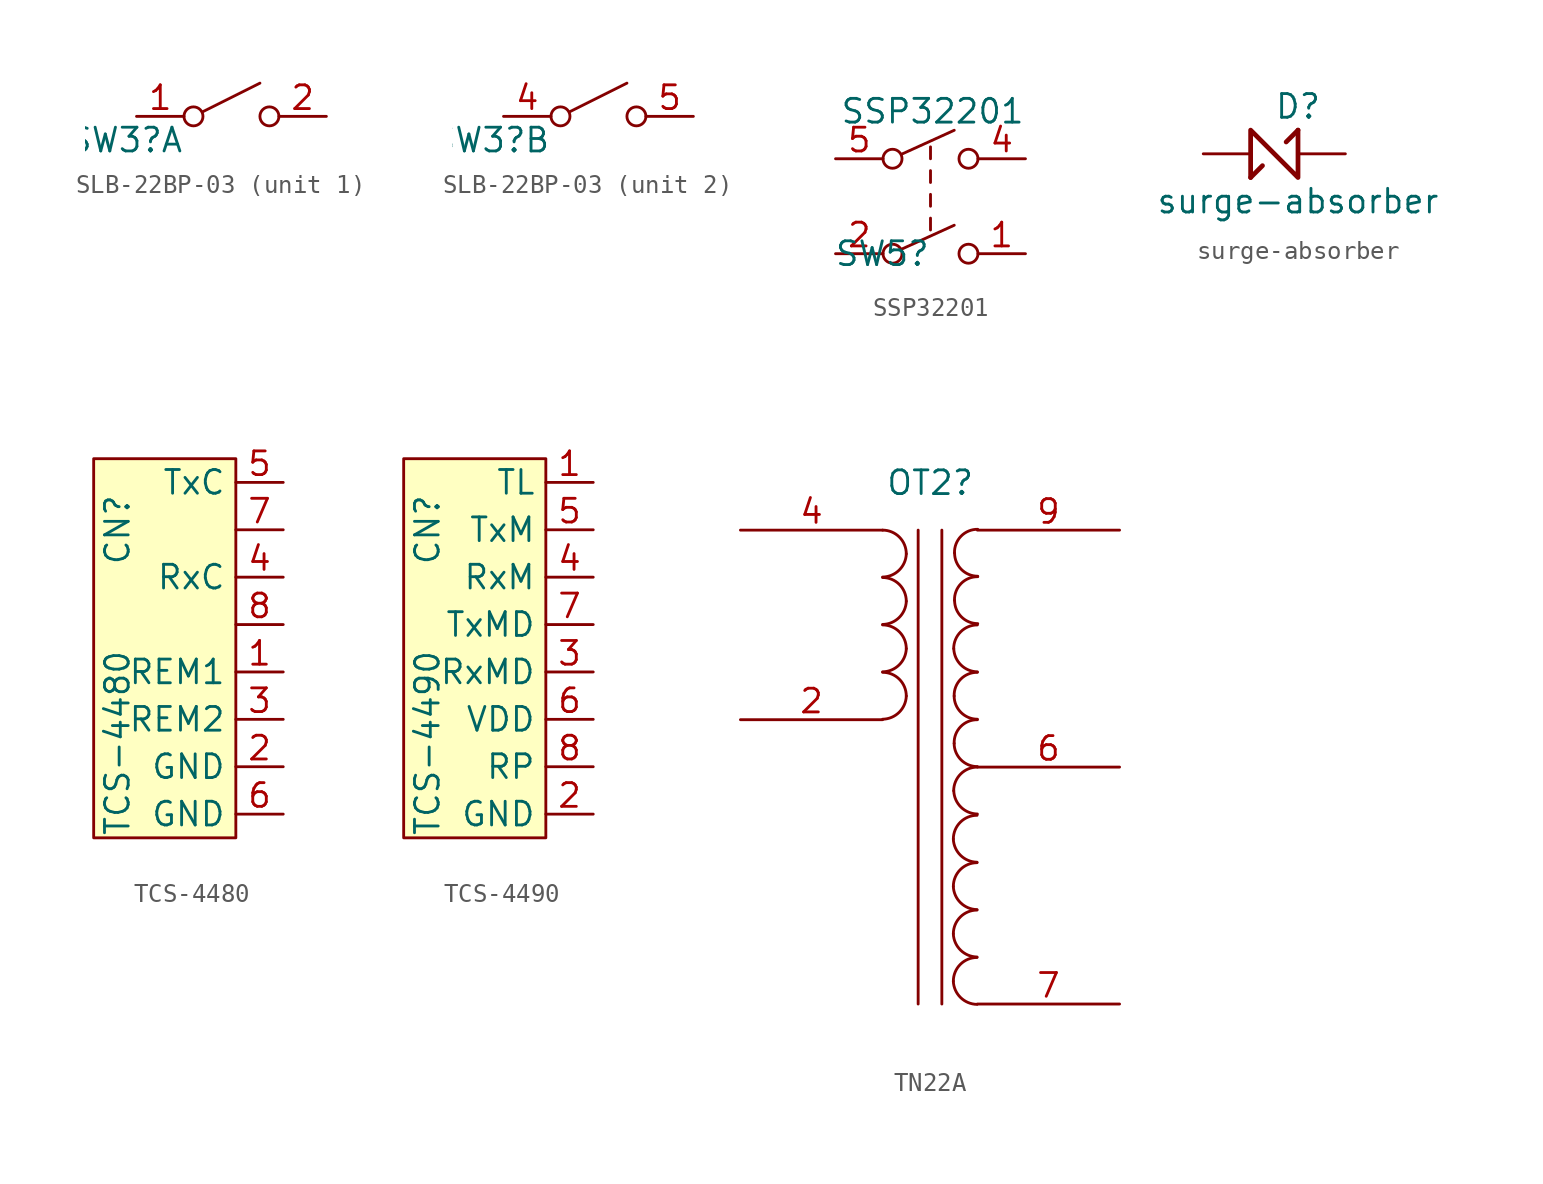
<source format=kicad_sym>
(kicad_symbol_lib
  (version 20211014)
  (generator kicad_symbol_editor)
  (symbol "SLB-22BP-03"
    (pin_names
      (offset 0) hide)
    (property "Reference" "SW3"
      (at -2.54 -1.27 0)
      (effects (font (size 1.27 1.27)) (justify right)))
    (symbol "SLB-22BP-03_0_0"
      (circle (center -2.032 0) (radius 0.508) (stroke (width 0) (type default) (color 0 0 0 0)) (fill (type none)))
      (polyline (pts (xy -1.524 0.254) (xy 1.524 1.778)) (stroke (width 0) (type default) (color 0 0 0 0)) (fill (type none)))
      (circle (center 2.032 0) (radius 0.508) (stroke (width 0) (type default) (color 0 0 0 0)) (fill (type none))))
    (symbol "SLB-22BP-03_1_1"
      (pin passive line (at -5.08 0 0) (length 2.54) (name "A" (effects (font (size 1.27 1.27)))) (number "1" (effects (font (size 1.27 1.27)))))
      (pin passive line (at 5.08 0 180) (length 2.54) (name "B" (effects (font (size 1.27 1.27)))) (number "2" (effects (font (size 1.27 1.27))))))
    (symbol "SLB-22BP-03_2_1"
      (pin passive line (at -5.08 0 0) (length 2.54) (name "A" (effects (font (size 1.27 1.27)))) (number "4" (effects (font (size 1.27 1.27)))))
      (pin passive line (at 5.08 0 180) (length 2.54) (name "B" (effects (font (size 1.27 1.27)))) (number "5" (effects (font (size 1.27 1.27)))))))
  (symbol "SSP32201"
    (pin_names
      (offset 0) hide)
    (property "Reference" "SW5"
      (at 0 -2.54 0)
      (effects (font (size 1.27 1.27)) (justify right)))
    (property "Value" "SSP32201"
      (at 5.08 5.08 0)
      (effects (font (size 1.27 1.27)) (justify right)))
    (symbol "SSP32201_0_0"
      (circle (center -2.032 -2.54) (radius 0.508) (stroke (width 0) (type default) (color 0 0 0 0)) (fill (type none)))
      (circle (center -2.032 2.54) (radius 0.508) (stroke (width 0) (type default) (color 0 0 0 0)) (fill (type none)))
      (polyline (pts (xy -1.524 -2.286) (xy 1.27 -1.016)) (stroke (width 0) (type default) (color 0 0 0 0)) (fill (type none)))
      (polyline (pts (xy -1.524 2.794) (xy 1.27 4.064)) (stroke (width 0) (type default) (color 0 0 0 0)) (fill (type none)))
      (polyline (pts (xy 0 -1.27) (xy 0 -0.635)) (stroke (width 0) (type default) (color 0 0 0 0)) (fill (type none)))
      (polyline (pts (xy 0 0) (xy 0 0.635)) (stroke (width 0) (type default) (color 0 0 0 0)) (fill (type none)))
      (polyline (pts (xy 0 1.27) (xy 0 1.905)) (stroke (width 0) (type default) (color 0 0 0 0)) (fill (type none)))
      (polyline (pts (xy 0 2.54) (xy 0 3.175)) (stroke (width 0) (type default) (color 0 0 0 0)) (fill (type none)))
      (circle (center 2.032 -2.54) (radius 0.508) (stroke (width 0) (type default) (color 0 0 0 0)) (fill (type none)))
      (circle (center 2.032 2.54) (radius 0.508) (stroke (width 0) (type default) (color 0 0 0 0)) (fill (type none))))
    (symbol "SSP32201_1_1"
      (pin passive line (at 5.08 -2.54 180) (length 2.54) (name "1" (effects (font (size 1.27 1.27)))) (number "1" (effects (font (size 1.27 1.27)))))
      (pin passive line (at -5.08 -2.54 0) (length 2.54) (name "2" (effects (font (size 1.27 1.27)))) (number "2" (effects (font (size 1.27 1.27)))))
      (pin passive line (at 5.08 2.54 180) (length 2.54) (name "4" (effects (font (size 1.27 1.27)))) (number "4" (effects (font (size 1.27 1.27)))))
      (pin passive line (at -5.08 2.54 0) (length 2.54) (name "5" (effects (font (size 1.27 1.27)))) (number "5" (effects (font (size 1.27 1.27)))))))
  (symbol "surge-absorber"
    (pin_numbers hide)
    (pin_names
      (offset 1.016) hide)
    (property "Reference" "D"
      (at 1.27 2.54 0)
      (effects (font (size 1.27 1.27))))
    (property "Value" "surge-absorber"
      (at 1.27 -2.54 0)
      (effects (font (size 1.27 1.27))))
    (symbol "surge-absorber_0_1"
      (polyline (pts (xy -1.27 -1.27) (xy -0.635 -0.635)) (stroke (width 0.254) (type default) (color 0 0 0 0)) (fill (type none)))
      (polyline (pts (xy 1.27 1.27) (xy 0.635 0.635)) (stroke (width 0.254) (type default) (color 0 0 0 0)) (fill (type none)))
      (polyline (pts (xy -1.27 -1.27) (xy -1.27 1.27) (xy 1.27 -1.27) (xy 1.27 1.27)) (stroke (width 0.254) (type default) (color 0 0 0 0)) (fill (type none))))
    (symbol "surge-absorber_1_1"
      (pin passive line (at -3.81 0 0) (length 2.54) (name "K" (effects (font (size 1.27 1.27)))) (number "1" (effects (font (size 1.27 1.27)))))
      (pin passive line (at 3.81 0 180) (length 2.54) (name "A" (effects (font (size 1.27 1.27)))) (number "2" (effects (font (size 1.27 1.27)))))))
  (symbol "TCS-4480"
    (property "Reference" "CN"
      (at -3.81 6.35 90)
      (effects (font (size 1.27 1.27))))
    (property "Value" "TCS-4480"
      (at -3.81 -5.08 90)
      (effects (font (size 1.27 1.27))))
    (symbol "TCS-4480_0_1"
      (rectangle (start -5.08 10.16) (end 2.54 -10.16) (stroke (width 0) (type default) (color 0 0 0 0)) (fill (type background))))
    (symbol "TCS-4480_1_1"
      (pin passive line (at 5.08 -1.27 180) (length 2.54) (name "REM1" (effects (font (size 1.27 1.27)))) (number "1" (effects (font (size 1.27 1.27)))))
      (pin passive line (at 5.08 -6.35 180) (length 2.54) (name "GND" (effects (font (size 1.27 1.27)))) (number "2" (effects (font (size 1.27 1.27)))))
      (pin passive line (at 5.08 -3.81 180) (length 2.54) (name "REM2" (effects (font (size 1.27 1.27)))) (number "3" (effects (font (size 1.27 1.27)))))
      (pin passive line (at 5.08 3.81 180) (length 2.54) (name "RxC" (effects (font (size 1.27 1.27)))) (number "4" (effects (font (size 1.27 1.27)))))
      (pin passive line (at 5.08 8.89 180) (length 2.54) (name "TxC" (effects (font (size 1.27 1.27)))) (number "5" (effects (font (size 1.27 1.27)))))
      (pin passive line (at 5.08 -8.89 180) (length 2.54) (name "GND" (effects (font (size 1.27 1.27)))) (number "6" (effects (font (size 1.27 1.27)))))
      (pin passive line (at 5.08 6.35 180) (length 2.54) (name "" (effects (font (size 1.27 1.27)))) (number "7" (effects (font (size 1.27 1.27)))))
      (pin passive line (at 5.08 1.27 180) (length 2.54) (name "" (effects (font (size 1.27 1.27)))) (number "8" (effects (font (size 1.27 1.27)))))))
  (symbol "TCS-4490"
    (property "Reference" "CN"
      (at -3.81 6.35 90)
      (effects (font (size 1.27 1.27))))
    (property "Value" "TCS-4490"
      (at -3.81 -5.08 90)
      (effects (font (size 1.27 1.27))))
    (symbol "TCS-4490_0_1"
      (rectangle (start -5.08 10.16) (end 2.54 -10.16) (stroke (width 0) (type default) (color 0 0 0 0)) (fill (type background))))
    (symbol "TCS-4490_1_1"
      (pin passive line (at 5.08 8.89 180) (length 2.54) (name "TL" (effects (font (size 1.27 1.27)))) (number "1" (effects (font (size 1.27 1.27)))))
      (pin passive line (at 5.08 -8.89 180) (length 2.54) (name "GND" (effects (font (size 1.27 1.27)))) (number "2" (effects (font (size 1.27 1.27)))))
      (pin passive line (at 5.08 -1.27 180) (length 2.54) (name "RxMD" (effects (font (size 1.27 1.27)))) (number "3" (effects (font (size 1.27 1.27)))))
      (pin passive line (at 5.08 3.81 180) (length 2.54) (name "RxM" (effects (font (size 1.27 1.27)))) (number "4" (effects (font (size 1.27 1.27)))))
      (pin passive line (at 5.08 6.35 180) (length 2.54) (name "TxM" (effects (font (size 1.27 1.27)))) (number "5" (effects (font (size 1.27 1.27)))))
      (pin passive line (at 5.08 -3.81 180) (length 2.54) (name "VDD" (effects (font (size 1.27 1.27)))) (number "6" (effects (font (size 1.27 1.27)))))
      (pin passive line (at 5.08 1.27 180) (length 2.54) (name "TxMD" (effects (font (size 1.27 1.27)))) (number "7" (effects (font (size 1.27 1.27)))))
      (pin passive line (at 5.08 -6.35 180) (length 2.54) (name "RP" (effects (font (size 1.27 1.27)))) (number "8" (effects (font (size 1.27 1.27)))))))
  (symbol "TN22A"
    (pin_names
      (offset 1.016) hide)
    (property "Reference" "OT2"
      (at 0.009 7.62 0)
      (effects (font (size 1.27 1.27))))
    (symbol "TN22A_0_1"
      (arc (start -2.54 -5.0546) (mid -1.6599 -4.6901) (end -1.27 -3.81) (stroke (width 0) (type default) (color 0 0 0 0)) (fill (type none)))
      (arc (start -2.54 -2.5146) (mid -1.6599 -2.1501) (end -1.27 -1.27) (stroke (width 0) (type default) (color 0 0 0 0)) (fill (type none)))
      (arc (start -2.54 0.0254) (mid -1.6599 0.3899) (end -1.27 1.27) (stroke (width 0) (type default) (color 0 0 0 0)) (fill (type none)))
      (arc (start -2.54 2.5654) (mid -1.6599 2.9299) (end -1.27 3.81) (stroke (width 0) (type default) (color 0 0 0 0)) (fill (type none)))
      (arc (start -1.27 -3.81) (mid -1.642 -2.912) (end -2.54 -2.54) (stroke (width 0) (type default) (color 0 0 0 0)) (fill (type none)))
      (arc (start -1.27 -1.27) (mid -1.642 -0.372) (end -2.54 0) (stroke (width 0) (type default) (color 0 0 0 0)) (fill (type none)))
      (arc (start -1.27 1.27) (mid -1.642 2.168) (end -2.54 2.54) (stroke (width 0) (type default) (color 0 0 0 0)) (fill (type none)))
      (arc (start -1.27 3.81) (mid -1.642 4.708) (end -2.54 5.08) (stroke (width 0) (type default) (color 0 0 0 0)) (fill (type none)))
      (polyline (pts (xy -0.635 5.08) (xy -0.635 -20.32)) (stroke (width 0) (type default) (color 0 0 0 0)) (fill (type none)))
      (polyline (pts (xy 0.635 -20.32) (xy 0.635 5.08)) (stroke (width 0) (type default) (color 0 0 0 0)) (fill (type none)))
      (arc (start 1.2517 -19.0943) (mid 1.6377 -19.9707) (end 2.5217 -20.3389) (stroke (width 0) (type default) (color 0 0 0 0)) (fill (type none)))
      (arc (start 1.2517 -16.5543) (mid 1.6377 -17.4307) (end 2.5217 -17.7989) (stroke (width 0) (type default) (color 0 0 0 0)) (fill (type none)))
      (arc (start 1.2517 -14.0143) (mid 1.6377 -14.8907) (end 2.5217 -15.2589) (stroke (width 0) (type default) (color 0 0 0 0)) (fill (type none)))
      (arc (start 1.2517 -11.4743) (mid 1.6377 -12.3507) (end 2.5217 -12.7189) (stroke (width 0) (type default) (color 0 0 0 0)) (fill (type none)))
      (arc (start 1.2697 -8.8903) (mid 1.6557 -9.7667) (end 2.5397 -10.1349) (stroke (width 0) (type default) (color 0 0 0 0)) (fill (type none)))
      (arc (start 1.2697 -1.2703) (mid 1.6557 -2.1467) (end 2.5397 -2.5149) (stroke (width 0) (type default) (color 0 0 0 0)) (fill (type none)))
      (arc (start 1.2954 -6.35) (mid 1.6599 -7.2301) (end 2.54 -7.5946) (stroke (width 0) (type default) (color 0 0 0 0)) (fill (type none)))
      (arc (start 1.2954 -3.81) (mid 1.6599 -4.6901) (end 2.54 -5.0546) (stroke (width 0) (type default) (color 0 0 0 0)) (fill (type none)))
      (arc (start 1.3134 1.314) (mid 1.6779 0.4339) (end 2.558 0.0694) (stroke (width 0) (type default) (color 0 0 0 0)) (fill (type none)))
      (arc (start 1.3134 3.854) (mid 1.6779 2.9739) (end 2.558 2.6094) (stroke (width 0) (type default) (color 0 0 0 0)) (fill (type none)))
      (arc (start 2.5217 -17.8243) (mid 1.6237 -18.1963) (end 1.2517 -19.0943) (stroke (width 0) (type default) (color 0 0 0 0)) (fill (type none)))
      (arc (start 2.5217 -15.2843) (mid 1.6237 -15.6563) (end 1.2517 -16.5543) (stroke (width 0) (type default) (color 0 0 0 0)) (fill (type none)))
      (arc (start 2.5217 -12.7443) (mid 1.6237 -13.1163) (end 1.2517 -14.0143) (stroke (width 0) (type default) (color 0 0 0 0)) (fill (type none)))
      (arc (start 2.5217 -10.2043) (mid 1.6237 -10.5763) (end 1.2517 -11.4743) (stroke (width 0) (type default) (color 0 0 0 0)) (fill (type none)))
      (arc (start 2.5397 -7.6203) (mid 1.642 -7.9924) (end 1.2697 -8.8903) (stroke (width 0) (type default) (color 0 0 0 0)) (fill (type none)))
      (arc (start 2.5397 -0.0003) (mid 1.642 -0.3724) (end 1.2697 -1.2703) (stroke (width 0) (type default) (color 0 0 0 0)) (fill (type none)))
      (arc (start 2.54 -5.08) (mid 1.6458 -5.4485) (end 1.2954 -6.35) (stroke (width 0) (type default) (color 0 0 0 0)) (fill (type none)))
      (arc (start 2.54 -2.54) (mid 1.6458 -2.9085) (end 1.2954 -3.81) (stroke (width 0) (type default) (color 0 0 0 0)) (fill (type none)))
      (arc (start 2.558 2.584) (mid 1.6638 2.2155) (end 1.3134 1.314) (stroke (width 0) (type default) (color 0 0 0 0)) (fill (type none)))
      (arc (start 2.558 5.124) (mid 1.6638 4.7555) (end 1.3134 3.854) (stroke (width 0) (type default) (color 0 0 0 0)) (fill (type none))))
    (symbol "TN22A_1_1"
      (pin passive line (at -10.16 -5.08 0) (length 7.62) (name "AB" (effects (font (size 1.27 1.27)))) (number "2" (effects (font (size 1.27 1.27)))))
      (pin passive line (at -10.16 5.08 0) (length 7.62) (name "AA" (effects (font (size 1.27 1.27)))) (number "4" (effects (font (size 1.27 1.27)))))
      (pin passive line (at 10.16 -7.62 180) (length 7.62) (name "SC" (effects (font (size 1.27 1.27)))) (number "6" (effects (font (size 1.27 1.27)))))
      (pin passive line (at 10.16 -20.32 180) (length 7.62) (name "SA" (effects (font (size 1.27 1.27)))) (number "7" (effects (font (size 1.27 1.27)))))
      (pin passive line (at 10.16 5.08 180) (length 7.62) (name "SB" (effects (font (size 1.27 1.27)))) (number "9" (effects (font (size 1.27 1.27))))))))
</source>
